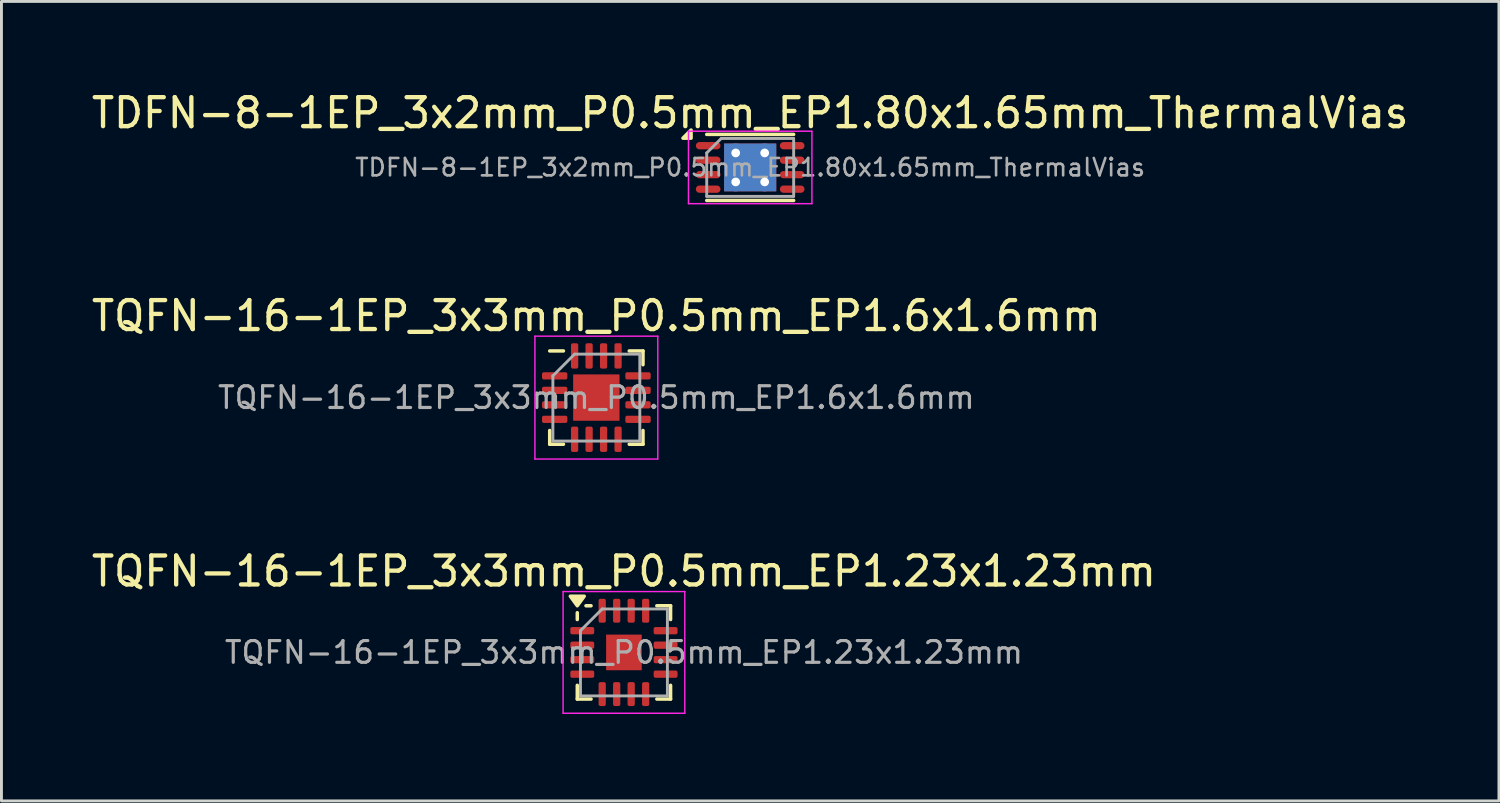
<source format=kicad_pcb>
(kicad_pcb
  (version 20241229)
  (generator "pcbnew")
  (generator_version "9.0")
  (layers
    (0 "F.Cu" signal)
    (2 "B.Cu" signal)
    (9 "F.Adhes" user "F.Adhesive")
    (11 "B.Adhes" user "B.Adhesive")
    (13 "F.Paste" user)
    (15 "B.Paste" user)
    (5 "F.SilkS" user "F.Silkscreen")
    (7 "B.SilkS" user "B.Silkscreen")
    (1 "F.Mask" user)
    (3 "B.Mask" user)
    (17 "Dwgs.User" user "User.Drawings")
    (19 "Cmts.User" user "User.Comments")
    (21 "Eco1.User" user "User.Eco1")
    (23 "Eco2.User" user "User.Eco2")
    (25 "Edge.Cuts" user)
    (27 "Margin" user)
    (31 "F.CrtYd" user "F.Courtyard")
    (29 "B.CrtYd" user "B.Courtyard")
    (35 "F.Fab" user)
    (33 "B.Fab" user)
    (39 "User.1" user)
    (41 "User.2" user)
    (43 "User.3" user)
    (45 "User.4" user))
  (footprint "TDFN-8-1EP_3x2mm_P0.5mm_EP1.80x1.65mm_ThermalVias"
    (layer "F.Cu")
    (at 22.839 2.728)
    (property "Reference" "TDFN-8-1EP_3x2mm_P0.5mm_EP1.80x1.65mm_ThermalVias" (at 0 -1.88 0) (layer "F.SilkS") (effects (font (size 1 1) (thickness 0.15))))
    (attr smd)
    (fp_line (start -1.5 -1.14) (end 1.5 -1.14) (stroke (width 0.12) (type solid)) (layer "F.SilkS"))
    (fp_line (start -1.5 1.14) (end 1.5 1.14) (stroke (width 0.12) (type solid)) (layer "F.SilkS"))
    (fp_poly (pts (xy -2.04 -1.01) (xy -2.32 -1.01) (xy -2.04 -1.29) (xy -2.04 -1.01)) (stroke (width 0.12) (type solid)) (fill yes) (layer "F.SilkS"))
    (fp_line (start -2.13 -1.25) (end -2.13 1.25) (stroke (width 0.05) (type solid)) (layer "F.CrtYd"))
    (fp_line (start -2.13 1.25) (end 2.13 1.25) (stroke (width 0.05) (type solid)) (layer "F.CrtYd"))
    (fp_line (start 2.13 -1.25) (end -2.13 -1.25) (stroke (width 0.05) (type solid)) (layer "F.CrtYd"))
    (fp_line (start 2.13 1.25) (end 2.13 -1.25) (stroke (width 0.05) (type solid)) (layer "F.CrtYd"))
    (fp_line (start -1.5 -0.5) (end -1.5 1) (stroke (width 0.1) (type solid)) (layer "F.Fab"))
    (fp_line (start -1.5 1) (end 1.5 1) (stroke (width 0.1) (type solid)) (layer "F.Fab"))
    (fp_line (start -1 -1) (end -1.5 -0.5) (stroke (width 0.1) (type solid)) (layer "F.Fab"))
    (fp_line (start 1.5 -1) (end -1 -1) (stroke (width 0.1) (type solid)) (layer "F.Fab"))
    (fp_line (start 1.5 1) (end 1.5 -1) (stroke (width 0.1) (type solid)) (layer "F.Fab"))
    (fp_text user "${REFERENCE}" (at 0 0 0) (layer "F.Fab") (effects (font (size 0.6 0.6) (thickness 0.09))))
    (pad "" smd rect (at 0 -0.5) (size 0.7 0.65) (layers "F.Paste"))
    (pad "" smd rect (at 0 0) (size 1.8 0.7) (layers "F.Paste"))
    (pad "" smd rect (at 0 0.5) (size 0.7 0.65) (layers "F.Paste"))
    (pad "1" smd oval (at -1.45 -0.75) (size 0.85 0.25) (layers "F.Cu" "F.Mask" "F.Paste"))
    (pad "2" smd oval (at -1.45 -0.25) (size 0.85 0.25) (layers "F.Cu" "F.Mask" "F.Paste"))
    (pad "3" smd oval (at -1.45 0.25) (size 0.85 0.25) (layers "F.Cu" "F.Mask" "F.Paste"))
    (pad "4" smd oval (at -1.45 0.75) (size 0.85 0.25) (layers "F.Cu" "F.Mask" "F.Paste"))
    (pad "5" smd oval (at 1.45 0.75) (size 0.85 0.25) (layers "F.Cu" "F.Mask" "F.Paste"))
    (pad "6" smd oval (at 1.45 0.25) (size 0.85 0.25) (layers "F.Cu" "F.Mask" "F.Paste"))
    (pad "7" smd oval (at 1.45 -0.25) (size 0.85 0.25) (layers "F.Cu" "F.Mask" "F.Paste"))
    (pad "8" smd oval (at 1.45 -0.75) (size 0.85 0.25) (layers "F.Cu" "F.Mask" "F.Paste"))
    (pad "9" thru_hole circle (at -0.5 -0.5) (size 0.65 0.65) (drill 0.3) (layers "*.Cu"))
    (pad "9" thru_hole circle (at -0.5 0.5) (size 0.65 0.65) (drill 0.3) (layers "*.Cu"))
    (pad "9" smd rect (at 0 0) (size 1.8 1.65) (layers "F.Cu" "F.Mask"))
    (pad "9" smd rect (at 0 0) (size 1.8 1.65) (layers "B.Cu"))
    (pad "9" thru_hole circle (at 0.5 -0.5) (size 0.65 0.65) (drill 0.3) (layers "*.Cu"))
    (pad "9" thru_hole circle (at 0.5 0.5) (size 0.65 0.65) (drill 0.3) (layers "*.Cu")))
  (footprint "TQFN-16-1EP_3x3mm_P0.5mm_EP1.23x1.23mm"
    (layer "F.Cu")
    (at 18.482 19.465)
    (property "Reference" "TQFN-16-1EP_3x3mm_P0.5mm_EP1.23x1.23mm" (at 0 -2.8 0) (layer "F.SilkS") (effects (font (size 1 1) (thickness 0.15))))
    (attr smd)
    (fp_line (start -1.61 -1.135) (end -1.61 -1.37) (stroke (width 0.12) (type solid)) (layer "F.SilkS"))
    (fp_line (start -1.61 1.61) (end -1.61 1.135) (stroke (width 0.12) (type solid)) (layer "F.SilkS"))
    (fp_line (start -1.135 -1.61) (end -1.31 -1.61) (stroke (width 0.12) (type solid)) (layer "F.SilkS"))
    (fp_line (start -1.135 1.61) (end -1.61 1.61) (stroke (width 0.12) (type solid)) (layer "F.SilkS"))
    (fp_line (start 1.135 -1.61) (end 1.61 -1.61) (stroke (width 0.12) (type solid)) (layer "F.SilkS"))
    (fp_line (start 1.135 1.61) (end 1.61 1.61) (stroke (width 0.12) (type solid)) (layer "F.SilkS"))
    (fp_line (start 1.61 -1.61) (end 1.61 -1.135) (stroke (width 0.12) (type solid)) (layer "F.SilkS"))
    (fp_line (start 1.61 1.61) (end 1.61 1.135) (stroke (width 0.12) (type solid)) (layer "F.SilkS"))
    (fp_poly (pts (xy -1.61 -1.61) (xy -1.85 -1.94) (xy -1.37 -1.94) (xy -1.61 -1.61)) (stroke (width 0.12) (type solid)) (fill yes) (layer "F.SilkS"))
    (fp_line (start -2.1 -2.1) (end -2.1 2.1) (stroke (width 0.05) (type solid)) (layer "F.CrtYd"))
    (fp_line (start -2.1 2.1) (end 2.1 2.1) (stroke (width 0.05) (type solid)) (layer "F.CrtYd"))
    (fp_line (start 2.1 -2.1) (end -2.1 -2.1) (stroke (width 0.05) (type solid)) (layer "F.CrtYd"))
    (fp_line (start 2.1 2.1) (end 2.1 -2.1) (stroke (width 0.05) (type solid)) (layer "F.CrtYd"))
    (fp_line (start -1.5 -0.75) (end -0.75 -1.5) (stroke (width 0.1) (type solid)) (layer "F.Fab"))
    (fp_line (start -1.5 1.5) (end -1.5 -0.75) (stroke (width 0.1) (type solid)) (layer "F.Fab"))
    (fp_line (start -0.75 -1.5) (end 1.5 -1.5) (stroke (width 0.1) (type solid)) (layer "F.Fab"))
    (fp_line (start 1.5 -1.5) (end 1.5 1.5) (stroke (width 0.1) (type solid)) (layer "F.Fab"))
    (fp_line (start 1.5 1.5) (end -1.5 1.5) (stroke (width 0.1) (type solid)) (layer "F.Fab"))
    (fp_text user "${REFERENCE}" (at 0 0 0) (layer "F.Fab") (effects (font (size 0.75 0.75) (thickness 0.11))))
    (pad "" smd roundrect (at -0.31 -0.31) (size 0.5 0.5) (layers "F.Paste") (roundrect_rratio 0.25))
    (pad "" smd roundrect (at -0.31 0.31) (size 0.5 0.5) (layers "F.Paste") (roundrect_rratio 0.25))
    (pad "" smd roundrect (at 0.31 -0.31) (size 0.5 0.5) (layers "F.Paste") (roundrect_rratio 0.25))
    (pad "" smd roundrect (at 0.31 0.31) (size 0.5 0.5) (layers "F.Paste") (roundrect_rratio 0.25))
    (pad "1" smd roundrect (at -1.438 -0.75) (size 0.825 0.25) (layers "F.Cu" "F.Mask" "F.Paste") (roundrect_rratio 0.25))
    (pad "2" smd roundrect (at -1.438 -0.25) (size 0.825 0.25) (layers "F.Cu" "F.Mask" "F.Paste") (roundrect_rratio 0.25))
    (pad "3" smd roundrect (at -1.438 0.25) (size 0.825 0.25) (layers "F.Cu" "F.Mask" "F.Paste") (roundrect_rratio 0.25))
    (pad "4" smd roundrect (at -1.438 0.75) (size 0.825 0.25) (layers "F.Cu" "F.Mask" "F.Paste") (roundrect_rratio 0.25))
    (pad "5" smd roundrect (at -0.75 1.438) (size 0.25 0.825) (layers "F.Cu" "F.Mask" "F.Paste") (roundrect_rratio 0.25))
    (pad "6" smd roundrect (at -0.25 1.438) (size 0.25 0.825) (layers "F.Cu" "F.Mask" "F.Paste") (roundrect_rratio 0.25))
    (pad "7" smd roundrect (at 0.25 1.438) (size 0.25 0.825) (layers "F.Cu" "F.Mask" "F.Paste") (roundrect_rratio 0.25))
    (pad "8" smd roundrect (at 0.75 1.438) (size 0.25 0.825) (layers "F.Cu" "F.Mask" "F.Paste") (roundrect_rratio 0.25))
    (pad "9" smd roundrect (at 1.438 0.75) (size 0.825 0.25) (layers "F.Cu" "F.Mask" "F.Paste") (roundrect_rratio 0.25))
    (pad "10" smd roundrect (at 1.438 0.25) (size 0.825 0.25) (layers "F.Cu" "F.Mask" "F.Paste") (roundrect_rratio 0.25))
    (pad "11" smd roundrect (at 1.438 -0.25) (size 0.825 0.25) (layers "F.Cu" "F.Mask" "F.Paste") (roundrect_rratio 0.25))
    (pad "12" smd roundrect (at 1.438 -0.75) (size 0.825 0.25) (layers "F.Cu" "F.Mask" "F.Paste") (roundrect_rratio 0.25))
    (pad "13" smd roundrect (at 0.75 -1.438) (size 0.25 0.825) (layers "F.Cu" "F.Mask" "F.Paste") (roundrect_rratio 0.25))
    (pad "14" smd roundrect (at 0.25 -1.438) (size 0.25 0.825) (layers "F.Cu" "F.Mask" "F.Paste") (roundrect_rratio 0.25))
    (pad "15" smd roundrect (at -0.25 -1.438) (size 0.25 0.825) (layers "F.Cu" "F.Mask" "F.Paste") (roundrect_rratio 0.25))
    (pad "16" smd roundrect (at -0.75 -1.438) (size 0.25 0.825) (layers "F.Cu" "F.Mask" "F.Paste") (roundrect_rratio 0.25))
    (pad "17" smd rect (at 0 0) (size 1.23 1.23) (property pad_prop_heatsink) (layers "F.Cu" "F.Mask")))
  (footprint "TQFN-16-1EP_3x3mm_P0.5mm_EP1.6x1.6mm"
    (layer "F.Cu")
    (at 17.53 10.671)
    (property "Reference" "TQFN-16-1EP_3x3mm_P0.5mm_EP1.6x1.6mm" (at 0 -2.82 0) (layer "F.SilkS") (effects (font (size 1 1) (thickness 0.15))))
    (attr smd)
    (fp_line (start -1.61 1.61) (end -1.61 1.135) (stroke (width 0.12) (type solid)) (layer "F.SilkS"))
    (fp_line (start -1.135 -1.61) (end -1.61 -1.61) (stroke (width 0.12) (type solid)) (layer "F.SilkS"))
    (fp_line (start -1.135 1.61) (end -1.61 1.61) (stroke (width 0.12) (type solid)) (layer "F.SilkS"))
    (fp_line (start 1.135 -1.61) (end 1.61 -1.61) (stroke (width 0.12) (type solid)) (layer "F.SilkS"))
    (fp_line (start 1.135 1.61) (end 1.61 1.61) (stroke (width 0.12) (type solid)) (layer "F.SilkS"))
    (fp_line (start 1.61 -1.61) (end 1.61 -1.135) (stroke (width 0.12) (type solid)) (layer "F.SilkS"))
    (fp_line (start 1.61 1.61) (end 1.61 1.135) (stroke (width 0.12) (type solid)) (layer "F.SilkS"))
    (fp_line (start -2.12 -2.12) (end -2.12 2.12) (stroke (width 0.05) (type solid)) (layer "F.CrtYd"))
    (fp_line (start -2.12 2.12) (end 2.12 2.12) (stroke (width 0.05) (type solid)) (layer "F.CrtYd"))
    (fp_line (start 2.12 -2.12) (end -2.12 -2.12) (stroke (width 0.05) (type solid)) (layer "F.CrtYd"))
    (fp_line (start 2.12 2.12) (end 2.12 -2.12) (stroke (width 0.05) (type solid)) (layer "F.CrtYd"))
    (fp_line (start -1.5 -0.75) (end -0.75 -1.5) (stroke (width 0.1) (type solid)) (layer "F.Fab"))
    (fp_line (start -1.5 1.5) (end -1.5 -0.75) (stroke (width 0.1) (type solid)) (layer "F.Fab"))
    (fp_line (start -0.75 -1.5) (end 1.5 -1.5) (stroke (width 0.1) (type solid)) (layer "F.Fab"))
    (fp_line (start 1.5 -1.5) (end 1.5 1.5) (stroke (width 0.1) (type solid)) (layer "F.Fab"))
    (fp_line (start 1.5 1.5) (end -1.5 1.5) (stroke (width 0.1) (type solid)) (layer "F.Fab"))
    (fp_text user "${REFERENCE}" (at 0 0 0) (layer "F.Fab") (effects (font (size 0.75 0.75) (thickness 0.11))))
    (pad "" smd roundrect (at -0.4 -0.4) (size 0.64 0.64) (layers "F.Paste") (roundrect_rratio 0.25))
    (pad "" smd roundrect (at -0.4 0.4) (size 0.64 0.64) (layers "F.Paste") (roundrect_rratio 0.25))
    (pad "" smd roundrect (at 0.4 -0.4) (size 0.64 0.64) (layers "F.Paste") (roundrect_rratio 0.25))
    (pad "" smd roundrect (at 0.4 0.4) (size 0.64 0.64) (layers "F.Paste") (roundrect_rratio 0.25))
    (pad "1" smd roundrect (at -1.438 -0.75) (size 0.875 0.25) (layers "F.Cu" "F.Mask" "F.Paste") (roundrect_rratio 0.25))
    (pad "2" smd roundrect (at -1.438 -0.25) (size 0.875 0.25) (layers "F.Cu" "F.Mask" "F.Paste") (roundrect_rratio 0.25))
    (pad "3" smd roundrect (at -1.438 0.25) (size 0.875 0.25) (layers "F.Cu" "F.Mask" "F.Paste") (roundrect_rratio 0.25))
    (pad "4" smd roundrect (at -1.438 0.75) (size 0.875 0.25) (layers "F.Cu" "F.Mask" "F.Paste") (roundrect_rratio 0.25))
    (pad "5" smd roundrect (at -0.75 1.438) (size 0.25 0.875) (layers "F.Cu" "F.Mask" "F.Paste") (roundrect_rratio 0.25))
    (pad "6" smd roundrect (at -0.25 1.438) (size 0.25 0.875) (layers "F.Cu" "F.Mask" "F.Paste") (roundrect_rratio 0.25))
    (pad "7" smd roundrect (at 0.25 1.438) (size 0.25 0.875) (layers "F.Cu" "F.Mask" "F.Paste") (roundrect_rratio 0.25))
    (pad "8" smd roundrect (at 0.75 1.438) (size 0.25 0.875) (layers "F.Cu" "F.Mask" "F.Paste") (roundrect_rratio 0.25))
    (pad "9" smd roundrect (at 1.438 0.75) (size 0.875 0.25) (layers "F.Cu" "F.Mask" "F.Paste") (roundrect_rratio 0.25))
    (pad "10" smd roundrect (at 1.438 0.25) (size 0.875 0.25) (layers "F.Cu" "F.Mask" "F.Paste") (roundrect_rratio 0.25))
    (pad "11" smd roundrect (at 1.438 -0.25) (size 0.875 0.25) (layers "F.Cu" "F.Mask" "F.Paste") (roundrect_rratio 0.25))
    (pad "12" smd roundrect (at 1.438 -0.75) (size 0.875 0.25) (layers "F.Cu" "F.Mask" "F.Paste") (roundrect_rratio 0.25))
    (pad "13" smd roundrect (at 0.75 -1.438) (size 0.25 0.875) (layers "F.Cu" "F.Mask" "F.Paste") (roundrect_rratio 0.25))
    (pad "14" smd roundrect (at 0.25 -1.438) (size 0.25 0.875) (layers "F.Cu" "F.Mask" "F.Paste") (roundrect_rratio 0.25))
    (pad "15" smd roundrect (at -0.25 -1.438) (size 0.25 0.875) (layers "F.Cu" "F.Mask" "F.Paste") (roundrect_rratio 0.25))
    (pad "16" smd roundrect (at -0.75 -1.438) (size 0.25 0.875) (layers "F.Cu" "F.Mask" "F.Paste") (roundrect_rratio 0.25))
    (pad "17" smd rect (at 0 0) (size 1.6 1.6) (layers "F.Cu" "F.Mask")))
  (gr_rect
    (start -3 -3)
    (end 48.679 24.59)
    (stroke (width 0.1) (type default))
    (fill no)
    (layer "Edge.Cuts")))
</source>
